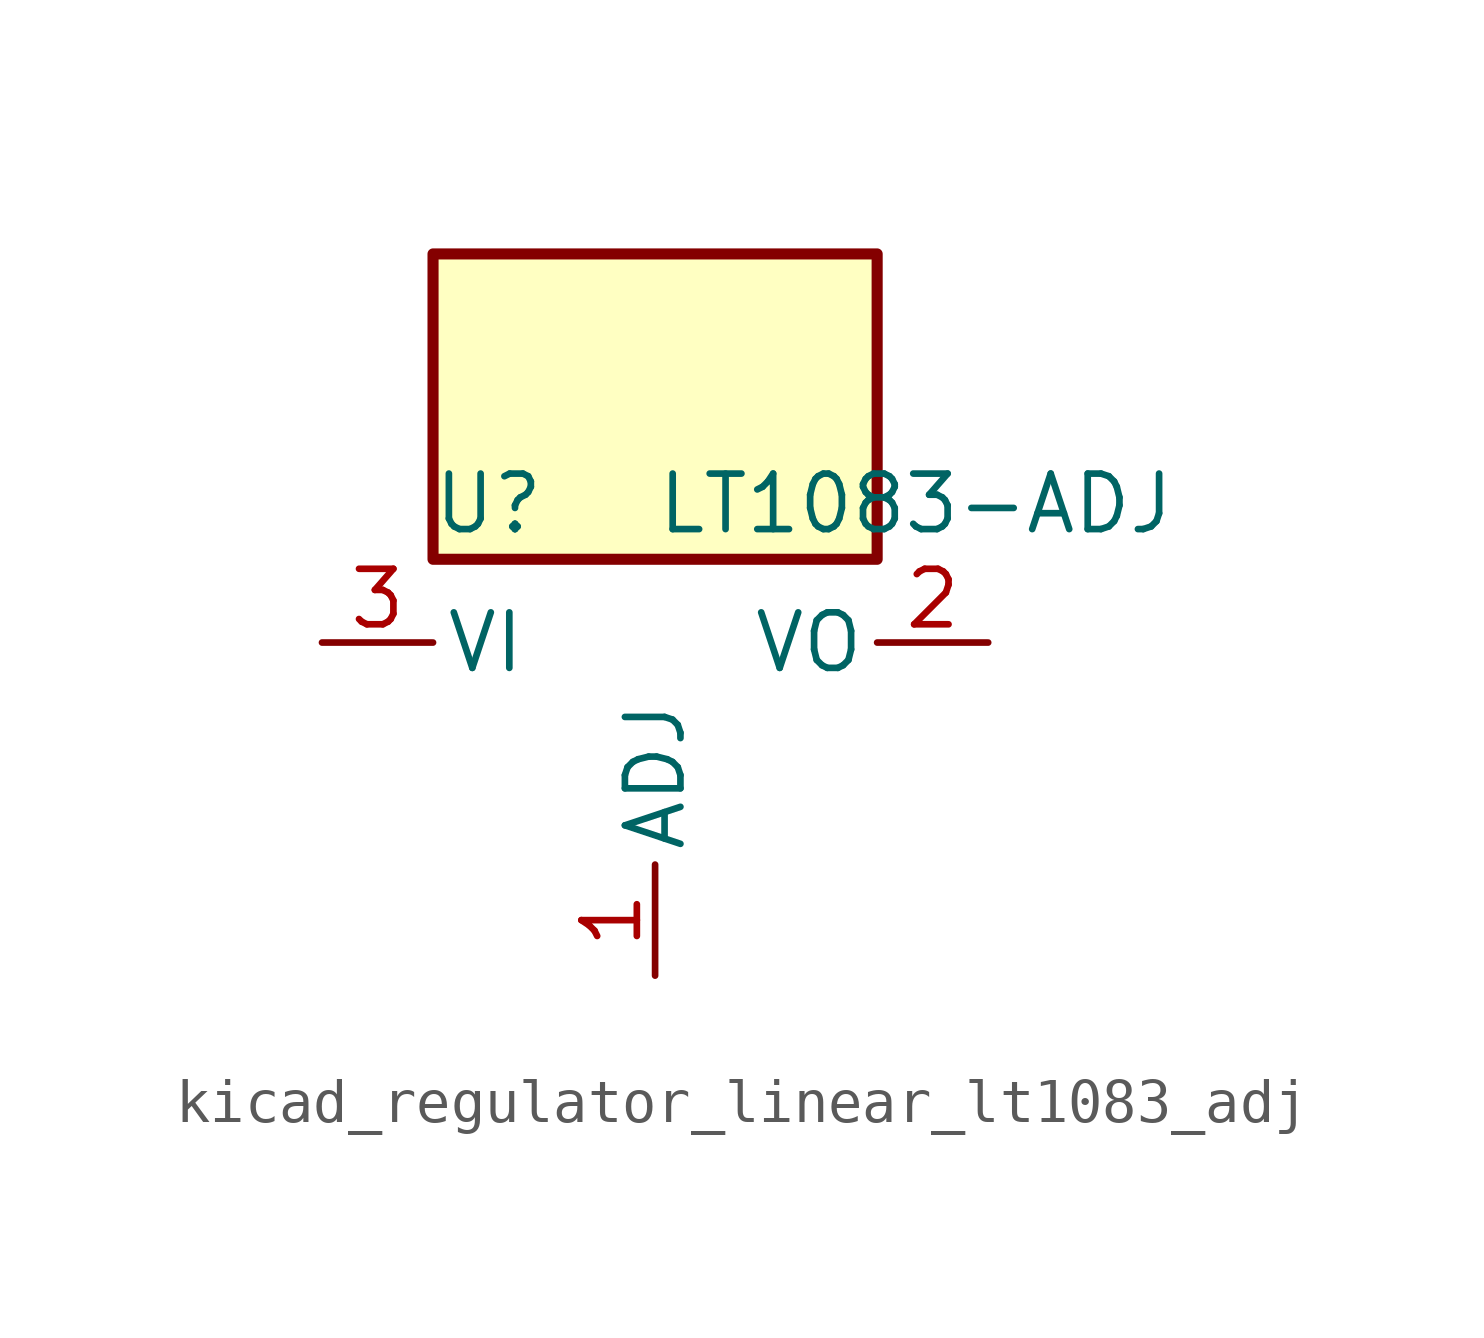
<source format=kicad_sym>
(kicad_symbol_lib
  (version 20220914)
  (generator kicad_symbol_editor)
  (symbol "kicad_regulator_linear_lt1083_adj"
    (pin_names
      (offset 0.254))
    (property "Reference" "U"
      (at -3.81 3.175 0)
      (effects (font (size 1.27 1.27))))
    (property "Value" "LT1083-ADJ"
      (at 0 3.175 0)
      (effects (font (size 1.27 1.27)) (justify left)))
    (symbol "kicad_regulator_linear_lt1083_adj_0_1"
      (rectangle (start 5.08 8.89) (end -5.08 1.905) (stroke (width 0.254) (type default)) (fill (type background))))
    (symbol "kicad_regulator_linear_lt1083_adj_1_1"
      (pin input line (at 0 -7.62 90) (length 2.54) (name "ADJ" (effects (font (size 1.27 1.27)))) (number "1" (effects (font (size 1.27 1.27)))))
      (pin power_out line (at 7.62 0 180) (length 2.54) (name "VO" (effects (font (size 1.27 1.27)))) (number "2" (effects (font (size 1.27 1.27)))))
      (pin power_in line (at -7.62 0 0) (length 2.54) (name "VI" (effects (font (size 1.27 1.27)))) (number "3" (effects (font (size 1.27 1.27))))))))
</source>
